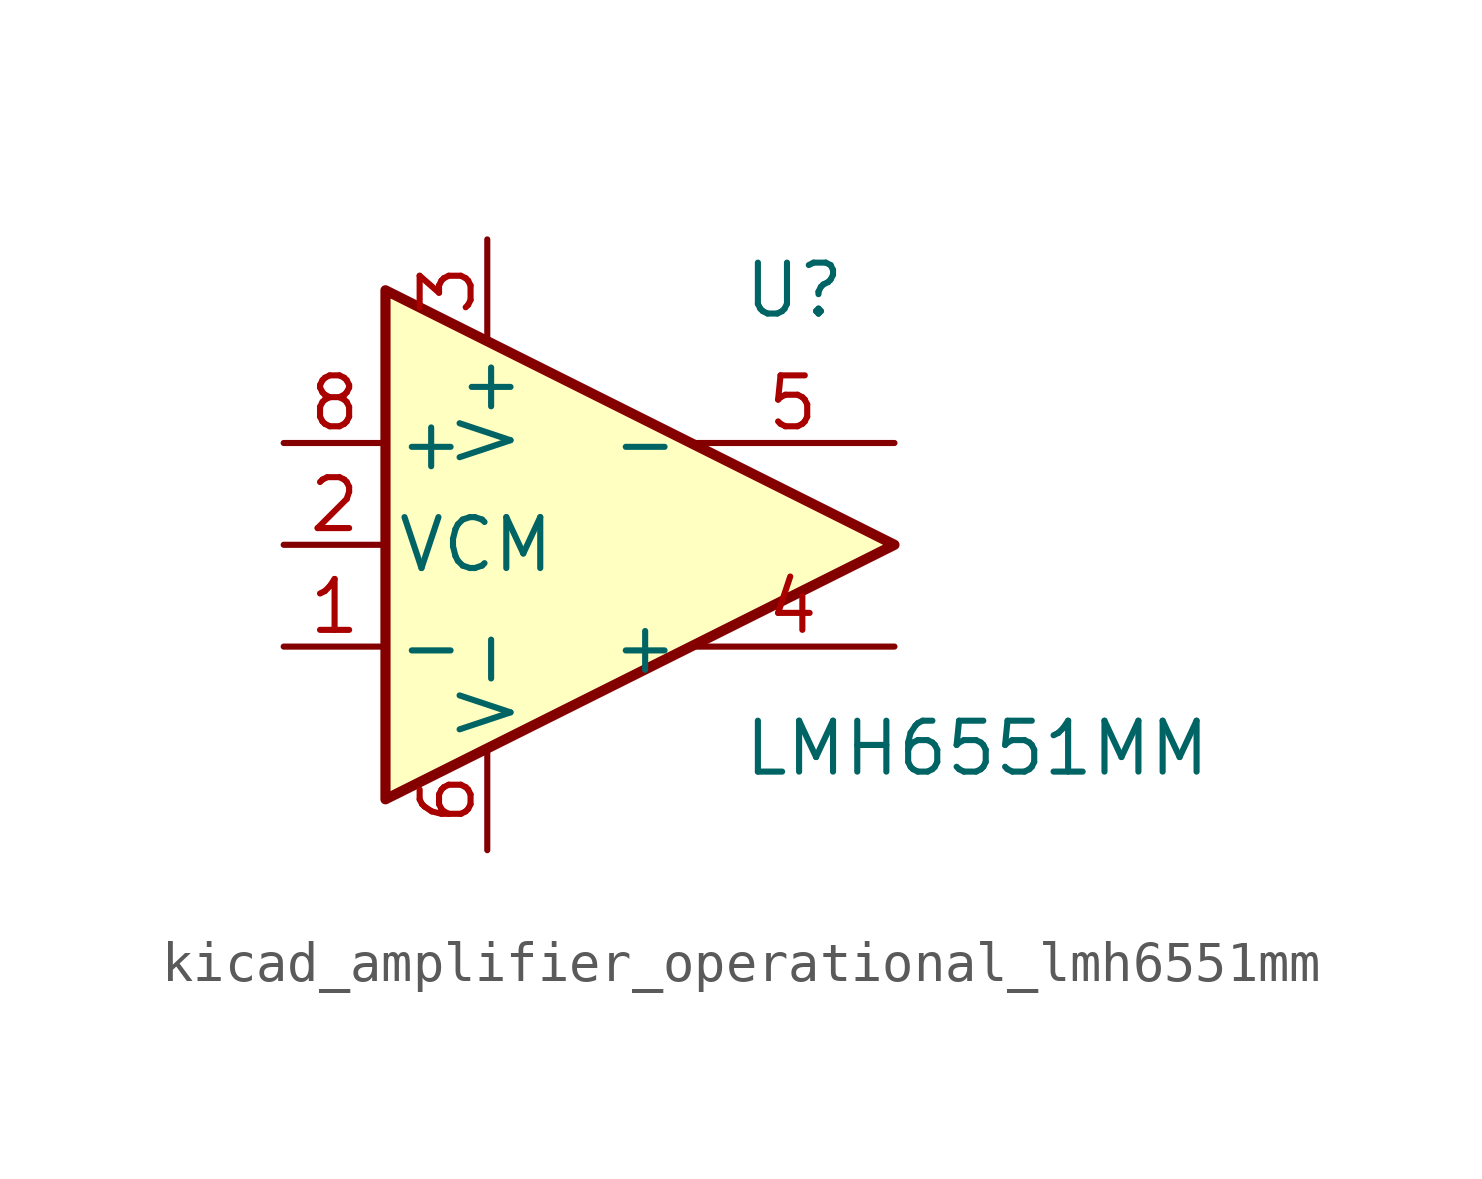
<source format=kicad_sym>
(kicad_symbol_lib
  (version 20220914)
  (generator kicad_symbol_editor)
  (symbol "kicad_amplifier_operational_lmh6551mm"
    (pin_names
      (offset 0.254))
    (property "Reference" "U"
      (at 3.81 6.35 0)
      (effects (font (size 1.27 1.27)) (justify left)))
    (property "Value" "LMH6551MM"
      (at 3.81 -5.08 0)
      (effects (font (size 1.27 1.27)) (justify left)))
    (symbol "kicad_amplifier_operational_lmh6551mm_0_1"
      (polyline (pts (xy 7.62 0) (xy -5.08 6.35) (xy -5.08 -6.35) (xy 7.62 0)) (stroke (width 0.254) (type default)) (fill (type background))))
    (symbol "kicad_amplifier_operational_lmh6551mm_1_1"
      (pin input line (at -7.62 -2.54 0) (length 2.54) (name "-" (effects (font (size 1.27 1.27)))) (number "1" (effects (font (size 1.27 1.27)))))
      (pin input line (at -7.62 0 0) (length 2.54) (name "VCM" (effects (font (size 1.27 1.27)))) (number "2" (effects (font (size 1.27 1.27)))))
      (pin power_in line (at -2.54 7.62 270) (length 2.54) (name "V+" (effects (font (size 1.27 1.27)))) (number "3" (effects (font (size 1.27 1.27)))))
      (pin output line (at 7.62 -2.54 180) (length 5.08) (name "+" (effects (font (size 1.27 1.27)))) (number "4" (effects (font (size 1.27 1.27)))))
      (pin output line (at 7.62 2.54 180) (length 5.08) (name "-" (effects (font (size 1.27 1.27)))) (number "5" (effects (font (size 1.27 1.27)))))
      (pin power_in line (at -2.54 -7.62 90) (length 2.54) (name "V-" (effects (font (size 1.27 1.27)))) (number "6" (effects (font (size 1.27 1.27)))))
      (pin no_connect line (at 5.08 0 180) (length 2.54) hide (name "NC" (effects (font (size 1.27 1.27)))) (number "7" (effects (font (size 1.27 1.27)))))
      (pin input line (at -7.62 2.54 0) (length 2.54) (name "+" (effects (font (size 1.27 1.27)))) (number "8" (effects (font (size 1.27 1.27))))))))
</source>
